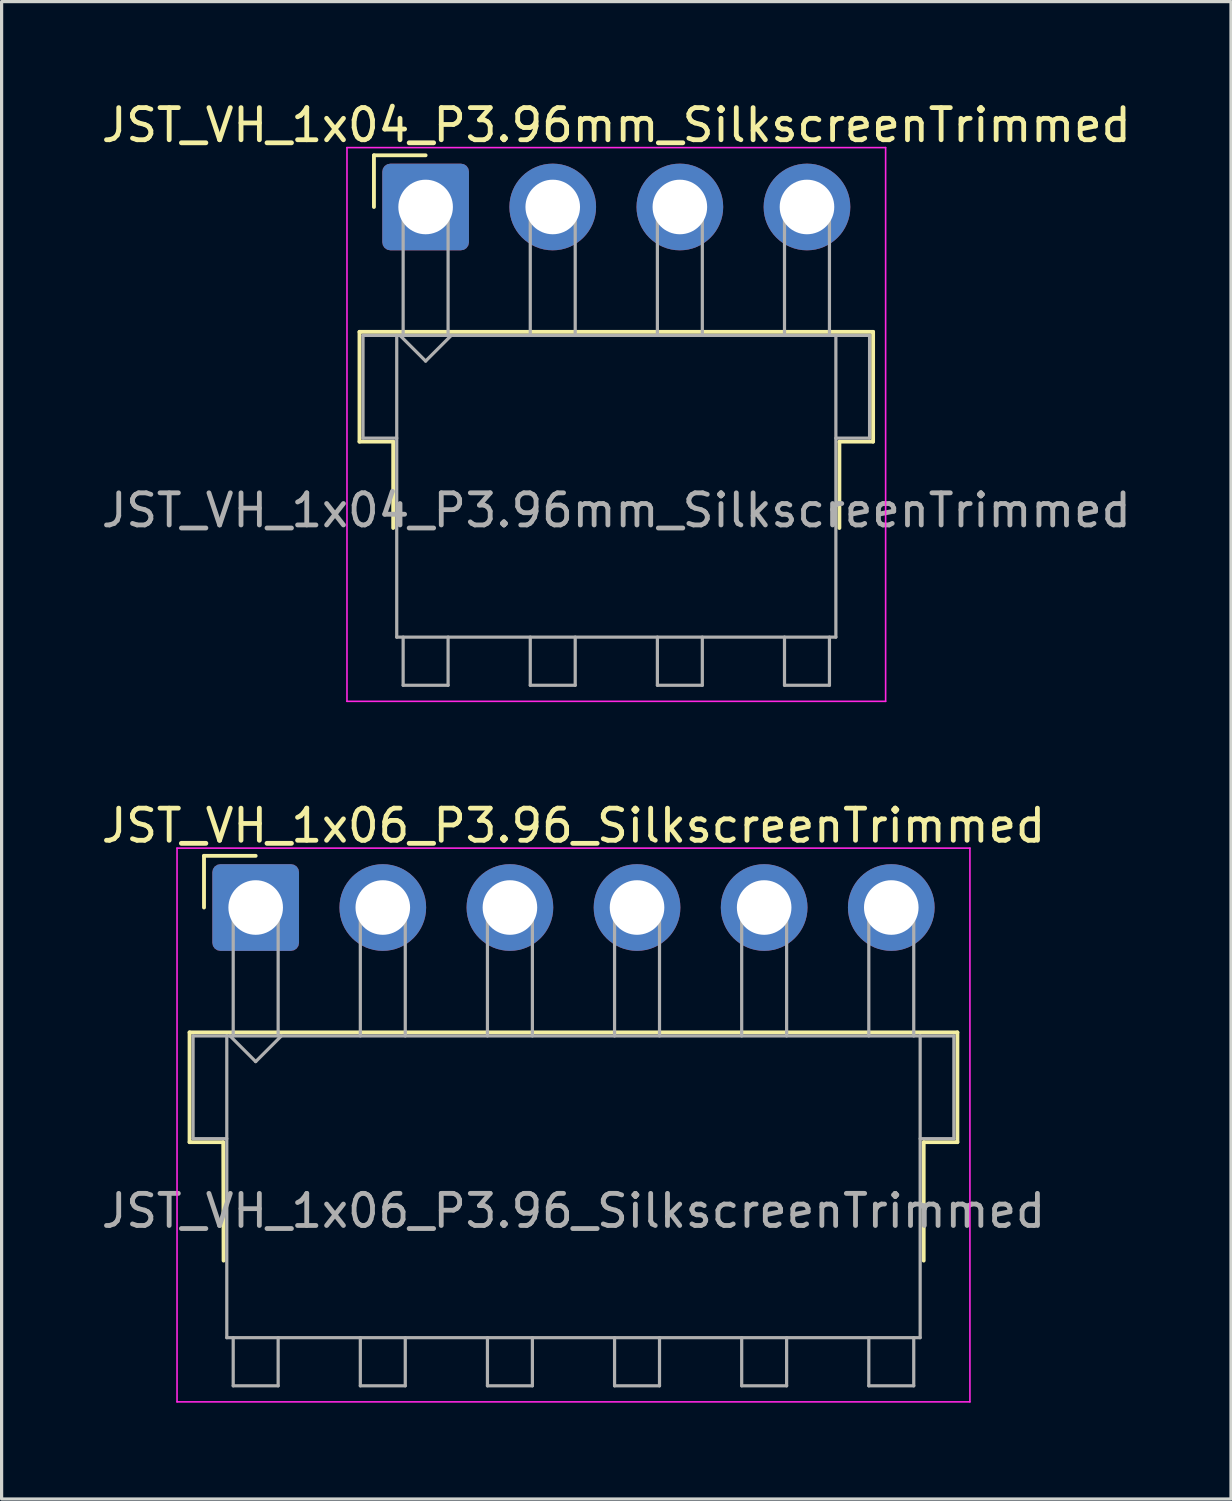
<source format=kicad_pcb>
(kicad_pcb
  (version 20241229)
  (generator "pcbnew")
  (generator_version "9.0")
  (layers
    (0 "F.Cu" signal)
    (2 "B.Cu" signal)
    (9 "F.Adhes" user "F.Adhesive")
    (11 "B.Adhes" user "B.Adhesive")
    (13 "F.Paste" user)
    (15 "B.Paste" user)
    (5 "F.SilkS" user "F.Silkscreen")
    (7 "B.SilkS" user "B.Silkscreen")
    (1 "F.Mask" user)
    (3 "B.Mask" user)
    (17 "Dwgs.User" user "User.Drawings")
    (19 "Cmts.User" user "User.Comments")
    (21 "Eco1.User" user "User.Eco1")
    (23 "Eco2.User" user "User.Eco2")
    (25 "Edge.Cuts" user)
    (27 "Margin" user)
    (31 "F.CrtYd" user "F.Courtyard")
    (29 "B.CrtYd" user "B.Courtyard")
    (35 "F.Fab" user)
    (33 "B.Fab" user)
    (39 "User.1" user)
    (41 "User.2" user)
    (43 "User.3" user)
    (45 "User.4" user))
  (footprint "JST_VH_1x06_P3.96_SilkscreenTrimmed"
    (layer "F.Cu")
    (at 4.915 25.221)
    (property "Reference" "JST_VH_1x06_P3.96_SilkscreenTrimmed" (at 9.9 -2.55 0) (layer "F.SilkS") (effects (font (size 1 1) (thickness 0.15))))
    (attr through_hole)
    (fp_line (start -2.06 3.89) (end 21.86 3.89) (stroke (width 0.12) (type solid)) (layer "F.SilkS"))
    (fp_line (start -2.06 7.31) (end -2.06 3.89) (stroke (width 0.12) (type solid)) (layer "F.SilkS"))
    (fp_line (start -1.61 -1.61) (end -1.61 0) (stroke (width 0.12) (type solid)) (layer "F.SilkS"))
    (fp_line (start -1.01 7.31) (end -2.06 7.31) (stroke (width 0.12) (type solid)) (layer "F.SilkS"))
    (fp_line (start -1 11) (end -1.01 7.31) (stroke (width 0.12) (type solid)) (layer "F.SilkS"))
    (fp_line (start 0 -1.61) (end -1.61 -1.61) (stroke (width 0.12) (type solid)) (layer "F.SilkS"))
    (fp_line (start 20.81 7.31) (end 20.81 11) (stroke (width 0.12) (type solid)) (layer "F.SilkS"))
    (fp_line (start 21.86 3.89) (end 21.86 7.31) (stroke (width 0.12) (type solid)) (layer "F.SilkS"))
    (fp_line (start 21.86 7.31) (end 20.81 7.31) (stroke (width 0.12) (type solid)) (layer "F.SilkS"))
    (fp_line (start -2.45 -1.85) (end -2.45 15.4) (stroke (width 0.05) (type solid)) (layer "F.CrtYd"))
    (fp_line (start -2.45 15.4) (end 22.25 15.4) (stroke (width 0.05) (type solid)) (layer "F.CrtYd"))
    (fp_line (start 22.25 -1.85) (end -2.45 -1.85) (stroke (width 0.05) (type solid)) (layer "F.CrtYd"))
    (fp_line (start 22.25 15.4) (end 22.25 -1.85) (stroke (width 0.05) (type solid)) (layer "F.CrtYd"))
    (fp_line (start -1.95 4) (end -0.9 4) (stroke (width 0.1) (type solid)) (layer "F.Fab"))
    (fp_line (start -1.95 7.2) (end -1.95 4) (stroke (width 0.1) (type solid)) (layer "F.Fab"))
    (fp_line (start -0.9 4) (end -0.9 13.4) (stroke (width 0.1) (type solid)) (layer "F.Fab"))
    (fp_line (start -0.9 7.2) (end -1.95 7.2) (stroke (width 0.1) (type solid)) (layer "F.Fab"))
    (fp_line (start -0.9 13.4) (end 20.7 13.4) (stroke (width 0.1) (type solid)) (layer "F.Fab"))
    (fp_line (start -0.8 4) (end 0 4.8) (stroke (width 0.1) (type solid)) (layer "F.Fab"))
    (fp_line (start -0.7 0) (end 0.7 0) (stroke (width 0.1) (type solid)) (layer "F.Fab"))
    (fp_line (start -0.7 4) (end -0.7 0) (stroke (width 0.1) (type solid)) (layer "F.Fab"))
    (fp_line (start -0.7 13.4) (end -0.7 14.9) (stroke (width 0.1) (type solid)) (layer "F.Fab"))
    (fp_line (start -0.7 14.9) (end 0.7 14.9) (stroke (width 0.1) (type solid)) (layer "F.Fab"))
    (fp_line (start 0 4.8) (end 0.8 4) (stroke (width 0.1) (type solid)) (layer "F.Fab"))
    (fp_line (start 0.7 0) (end 0.7 4) (stroke (width 0.1) (type solid)) (layer "F.Fab"))
    (fp_line (start 0.7 14.9) (end 0.7 13.4) (stroke (width 0.1) (type solid)) (layer "F.Fab"))
    (fp_line (start 3.26 0) (end 4.66 0) (stroke (width 0.1) (type solid)) (layer "F.Fab"))
    (fp_line (start 3.26 4) (end 3.26 0) (stroke (width 0.1) (type solid)) (layer "F.Fab"))
    (fp_line (start 3.26 13.4) (end 3.26 14.9) (stroke (width 0.1) (type solid)) (layer "F.Fab"))
    (fp_line (start 3.26 14.9) (end 4.66 14.9) (stroke (width 0.1) (type solid)) (layer "F.Fab"))
    (fp_line (start 4.66 0) (end 4.66 4) (stroke (width 0.1) (type solid)) (layer "F.Fab"))
    (fp_line (start 4.66 14.9) (end 4.66 13.4) (stroke (width 0.1) (type solid)) (layer "F.Fab"))
    (fp_line (start 7.22 0) (end 8.62 0) (stroke (width 0.1) (type solid)) (layer "F.Fab"))
    (fp_line (start 7.22 4) (end 7.22 0) (stroke (width 0.1) (type solid)) (layer "F.Fab"))
    (fp_line (start 7.22 13.4) (end 7.22 14.9) (stroke (width 0.1) (type solid)) (layer "F.Fab"))
    (fp_line (start 7.22 14.9) (end 8.62 14.9) (stroke (width 0.1) (type solid)) (layer "F.Fab"))
    (fp_line (start 8.62 0) (end 8.62 4) (stroke (width 0.1) (type solid)) (layer "F.Fab"))
    (fp_line (start 8.62 14.9) (end 8.62 13.4) (stroke (width 0.1) (type solid)) (layer "F.Fab"))
    (fp_line (start 11.18 0) (end 12.58 0) (stroke (width 0.1) (type solid)) (layer "F.Fab"))
    (fp_line (start 11.18 4) (end 11.18 0) (stroke (width 0.1) (type solid)) (layer "F.Fab"))
    (fp_line (start 11.18 13.4) (end 11.18 14.9) (stroke (width 0.1) (type solid)) (layer "F.Fab"))
    (fp_line (start 11.18 14.9) (end 12.58 14.9) (stroke (width 0.1) (type solid)) (layer "F.Fab"))
    (fp_line (start 12.58 0) (end 12.58 4) (stroke (width 0.1) (type solid)) (layer "F.Fab"))
    (fp_line (start 12.58 14.9) (end 12.58 13.4) (stroke (width 0.1) (type solid)) (layer "F.Fab"))
    (fp_line (start 15.14 0) (end 16.54 0) (stroke (width 0.1) (type solid)) (layer "F.Fab"))
    (fp_line (start 15.14 4) (end 15.14 0) (stroke (width 0.1) (type solid)) (layer "F.Fab"))
    (fp_line (start 15.14 13.4) (end 15.14 14.9) (stroke (width 0.1) (type solid)) (layer "F.Fab"))
    (fp_line (start 15.14 14.9) (end 16.54 14.9) (stroke (width 0.1) (type solid)) (layer "F.Fab"))
    (fp_line (start 16.54 0) (end 16.54 4) (stroke (width 0.1) (type solid)) (layer "F.Fab"))
    (fp_line (start 16.54 14.9) (end 16.54 13.4) (stroke (width 0.1) (type solid)) (layer "F.Fab"))
    (fp_line (start 19.1 0) (end 20.5 0) (stroke (width 0.1) (type solid)) (layer "F.Fab"))
    (fp_line (start 19.1 4) (end 19.1 0) (stroke (width 0.1) (type solid)) (layer "F.Fab"))
    (fp_line (start 19.1 13.4) (end 19.1 14.9) (stroke (width 0.1) (type solid)) (layer "F.Fab"))
    (fp_line (start 19.1 14.9) (end 20.5 14.9) (stroke (width 0.1) (type solid)) (layer "F.Fab"))
    (fp_line (start 20.5 0) (end 20.5 4) (stroke (width 0.1) (type solid)) (layer "F.Fab"))
    (fp_line (start 20.5 14.9) (end 20.5 13.4) (stroke (width 0.1) (type solid)) (layer "F.Fab"))
    (fp_line (start 20.7 4) (end -0.9 4) (stroke (width 0.1) (type solid)) (layer "F.Fab"))
    (fp_line (start 20.7 4) (end 21.75 4) (stroke (width 0.1) (type solid)) (layer "F.Fab"))
    (fp_line (start 20.7 13.4) (end 20.7 4) (stroke (width 0.1) (type solid)) (layer "F.Fab"))
    (fp_line (start 21.75 4) (end 21.75 7.2) (stroke (width 0.1) (type solid)) (layer "F.Fab"))
    (fp_line (start 21.75 7.2) (end 20.7 7.2) (stroke (width 0.1) (type solid)) (layer "F.Fab"))
    (fp_text user "${REFERENCE}" (at 9.9 9.45 0) (layer "F.Fab") (effects (font (size 1 1) (thickness 0.15))))
    (pad "1" thru_hole roundrect (at 0 0) (size 2.7 2.7) (drill 1.7) (layers "*.Cu" "*.Mask") (roundrect_rratio 0.093))
    (pad "2" thru_hole circle (at 3.96 0) (size 2.7 2.7) (drill 1.7) (layers "*.Cu" "*.Mask"))
    (pad "3" thru_hole circle (at 7.92 0) (size 2.7 2.7) (drill 1.7) (layers "*.Cu" "*.Mask"))
    (pad "4" thru_hole circle (at 11.88 0) (size 2.7 2.7) (drill 1.7) (layers "*.Cu" "*.Mask"))
    (pad "5" thru_hole circle (at 15.84 0) (size 2.7 2.7) (drill 1.7) (layers "*.Cu" "*.Mask"))
    (pad "6" thru_hole circle (at 19.8 0) (size 2.7 2.7) (drill 1.7) (layers "*.Cu" "*.Mask")))
  (footprint "JST_VH_1x04_P3.96mm_SilkscreenTrimmed"
    (layer "F.Cu")
    (at 10.209 3.398)
    (property "Reference" "JST_VH_1x04_P3.96mm_SilkscreenTrimmed" (at 5.94 -2.55 0) (layer "F.SilkS") (effects (font (size 1 1) (thickness 0.15))))
    (attr through_hole)
    (fp_line (start -2.06 3.89) (end 13.94 3.89) (stroke (width 0.12) (type solid)) (layer "F.SilkS"))
    (fp_line (start -2.06 7.31) (end -2.06 3.89) (stroke (width 0.12) (type solid)) (layer "F.SilkS"))
    (fp_line (start -1.61 -1.61) (end -1.61 0) (stroke (width 0.12) (type solid)) (layer "F.SilkS"))
    (fp_line (start -1.01 7.31) (end -2.06 7.31) (stroke (width 0.12) (type solid)) (layer "F.SilkS"))
    (fp_line (start -1.01 10) (end -1.01 7.31) (stroke (width 0.12) (type solid)) (layer "F.SilkS"))
    (fp_line (start 0 -1.61) (end -1.61 -1.61) (stroke (width 0.12) (type solid)) (layer "F.SilkS"))
    (fp_line (start 12.89 7.31) (end 12.89 10) (stroke (width 0.12) (type solid)) (layer "F.SilkS"))
    (fp_line (start 13.94 3.89) (end 13.94 7.31) (stroke (width 0.12) (type solid)) (layer "F.SilkS"))
    (fp_line (start 13.94 7.31) (end 12.89 7.31) (stroke (width 0.12) (type solid)) (layer "F.SilkS"))
    (fp_line (start -2.45 -1.85) (end -2.45 15.4) (stroke (width 0.05) (type solid)) (layer "F.CrtYd"))
    (fp_line (start -2.45 15.4) (end 14.33 15.4) (stroke (width 0.05) (type solid)) (layer "F.CrtYd"))
    (fp_line (start 14.33 -1.85) (end -2.45 -1.85) (stroke (width 0.05) (type solid)) (layer "F.CrtYd"))
    (fp_line (start 14.33 15.4) (end 14.33 -1.85) (stroke (width 0.05) (type solid)) (layer "F.CrtYd"))
    (fp_line (start -1.95 4) (end -0.9 4) (stroke (width 0.1) (type solid)) (layer "F.Fab"))
    (fp_line (start -1.95 7.2) (end -1.95 4) (stroke (width 0.1) (type solid)) (layer "F.Fab"))
    (fp_line (start -0.9 4) (end -0.9 13.4) (stroke (width 0.1) (type solid)) (layer "F.Fab"))
    (fp_line (start -0.9 7.2) (end -1.95 7.2) (stroke (width 0.1) (type solid)) (layer "F.Fab"))
    (fp_line (start -0.9 13.4) (end 12.78 13.4) (stroke (width 0.1) (type solid)) (layer "F.Fab"))
    (fp_line (start -0.8 4) (end 0 4.8) (stroke (width 0.1) (type solid)) (layer "F.Fab"))
    (fp_line (start -0.7 0) (end 0.7 0) (stroke (width 0.1) (type solid)) (layer "F.Fab"))
    (fp_line (start -0.7 4) (end -0.7 0) (stroke (width 0.1) (type solid)) (layer "F.Fab"))
    (fp_line (start -0.7 13.4) (end -0.7 14.9) (stroke (width 0.1) (type solid)) (layer "F.Fab"))
    (fp_line (start -0.7 14.9) (end 0.7 14.9) (stroke (width 0.1) (type solid)) (layer "F.Fab"))
    (fp_line (start 0 4.8) (end 0.8 4) (stroke (width 0.1) (type solid)) (layer "F.Fab"))
    (fp_line (start 0.7 0) (end 0.7 4) (stroke (width 0.1) (type solid)) (layer "F.Fab"))
    (fp_line (start 0.7 14.9) (end 0.7 13.4) (stroke (width 0.1) (type solid)) (layer "F.Fab"))
    (fp_line (start 3.26 0) (end 4.66 0) (stroke (width 0.1) (type solid)) (layer "F.Fab"))
    (fp_line (start 3.26 4) (end 3.26 0) (stroke (width 0.1) (type solid)) (layer "F.Fab"))
    (fp_line (start 3.26 13.4) (end 3.26 14.9) (stroke (width 0.1) (type solid)) (layer "F.Fab"))
    (fp_line (start 3.26 14.9) (end 4.66 14.9) (stroke (width 0.1) (type solid)) (layer "F.Fab"))
    (fp_line (start 4.66 0) (end 4.66 4) (stroke (width 0.1) (type solid)) (layer "F.Fab"))
    (fp_line (start 4.66 14.9) (end 4.66 13.4) (stroke (width 0.1) (type solid)) (layer "F.Fab"))
    (fp_line (start 7.22 0) (end 8.62 0) (stroke (width 0.1) (type solid)) (layer "F.Fab"))
    (fp_line (start 7.22 4) (end 7.22 0) (stroke (width 0.1) (type solid)) (layer "F.Fab"))
    (fp_line (start 7.22 13.4) (end 7.22 14.9) (stroke (width 0.1) (type solid)) (layer "F.Fab"))
    (fp_line (start 7.22 14.9) (end 8.62 14.9) (stroke (width 0.1) (type solid)) (layer "F.Fab"))
    (fp_line (start 8.62 0) (end 8.62 4) (stroke (width 0.1) (type solid)) (layer "F.Fab"))
    (fp_line (start 8.62 14.9) (end 8.62 13.4) (stroke (width 0.1) (type solid)) (layer "F.Fab"))
    (fp_line (start 11.18 0) (end 12.58 0) (stroke (width 0.1) (type solid)) (layer "F.Fab"))
    (fp_line (start 11.18 4) (end 11.18 0) (stroke (width 0.1) (type solid)) (layer "F.Fab"))
    (fp_line (start 11.18 13.4) (end 11.18 14.9) (stroke (width 0.1) (type solid)) (layer "F.Fab"))
    (fp_line (start 11.18 14.9) (end 12.58 14.9) (stroke (width 0.1) (type solid)) (layer "F.Fab"))
    (fp_line (start 12.58 0) (end 12.58 4) (stroke (width 0.1) (type solid)) (layer "F.Fab"))
    (fp_line (start 12.58 14.9) (end 12.58 13.4) (stroke (width 0.1) (type solid)) (layer "F.Fab"))
    (fp_line (start 12.78 4) (end -0.9 4) (stroke (width 0.1) (type solid)) (layer "F.Fab"))
    (fp_line (start 12.78 4) (end 13.83 4) (stroke (width 0.1) (type solid)) (layer "F.Fab"))
    (fp_line (start 12.78 13.4) (end 12.78 4) (stroke (width 0.1) (type solid)) (layer "F.Fab"))
    (fp_line (start 13.83 4) (end 13.83 7.2) (stroke (width 0.1) (type solid)) (layer "F.Fab"))
    (fp_line (start 13.83 7.2) (end 12.78 7.2) (stroke (width 0.1) (type solid)) (layer "F.Fab"))
    (fp_text user "${REFERENCE}" (at 5.94 9.45 0) (layer "F.Fab") (effects (font (size 1 1) (thickness 0.15))))
    (pad "1" thru_hole roundrect (at 0 0) (size 2.7 2.7) (drill 1.7) (layers "*.Cu" "*.Mask") (roundrect_rratio 0.093))
    (pad "2" thru_hole circle (at 3.96 0) (size 2.7 2.7) (drill 1.7) (layers "*.Cu" "*.Mask"))
    (pad "3" thru_hole circle (at 7.92 0) (size 2.7 2.7) (drill 1.7) (layers "*.Cu" "*.Mask"))
    (pad "4" thru_hole circle (at 11.88 0) (size 2.7 2.7) (drill 1.7) (layers "*.Cu" "*.Mask")))
  (gr_rect
    (start -3 -3)
    (end 35.298 43.647)
    (stroke (width 0.1) (type default))
    (fill no)
    (layer "Edge.Cuts")))
</source>
